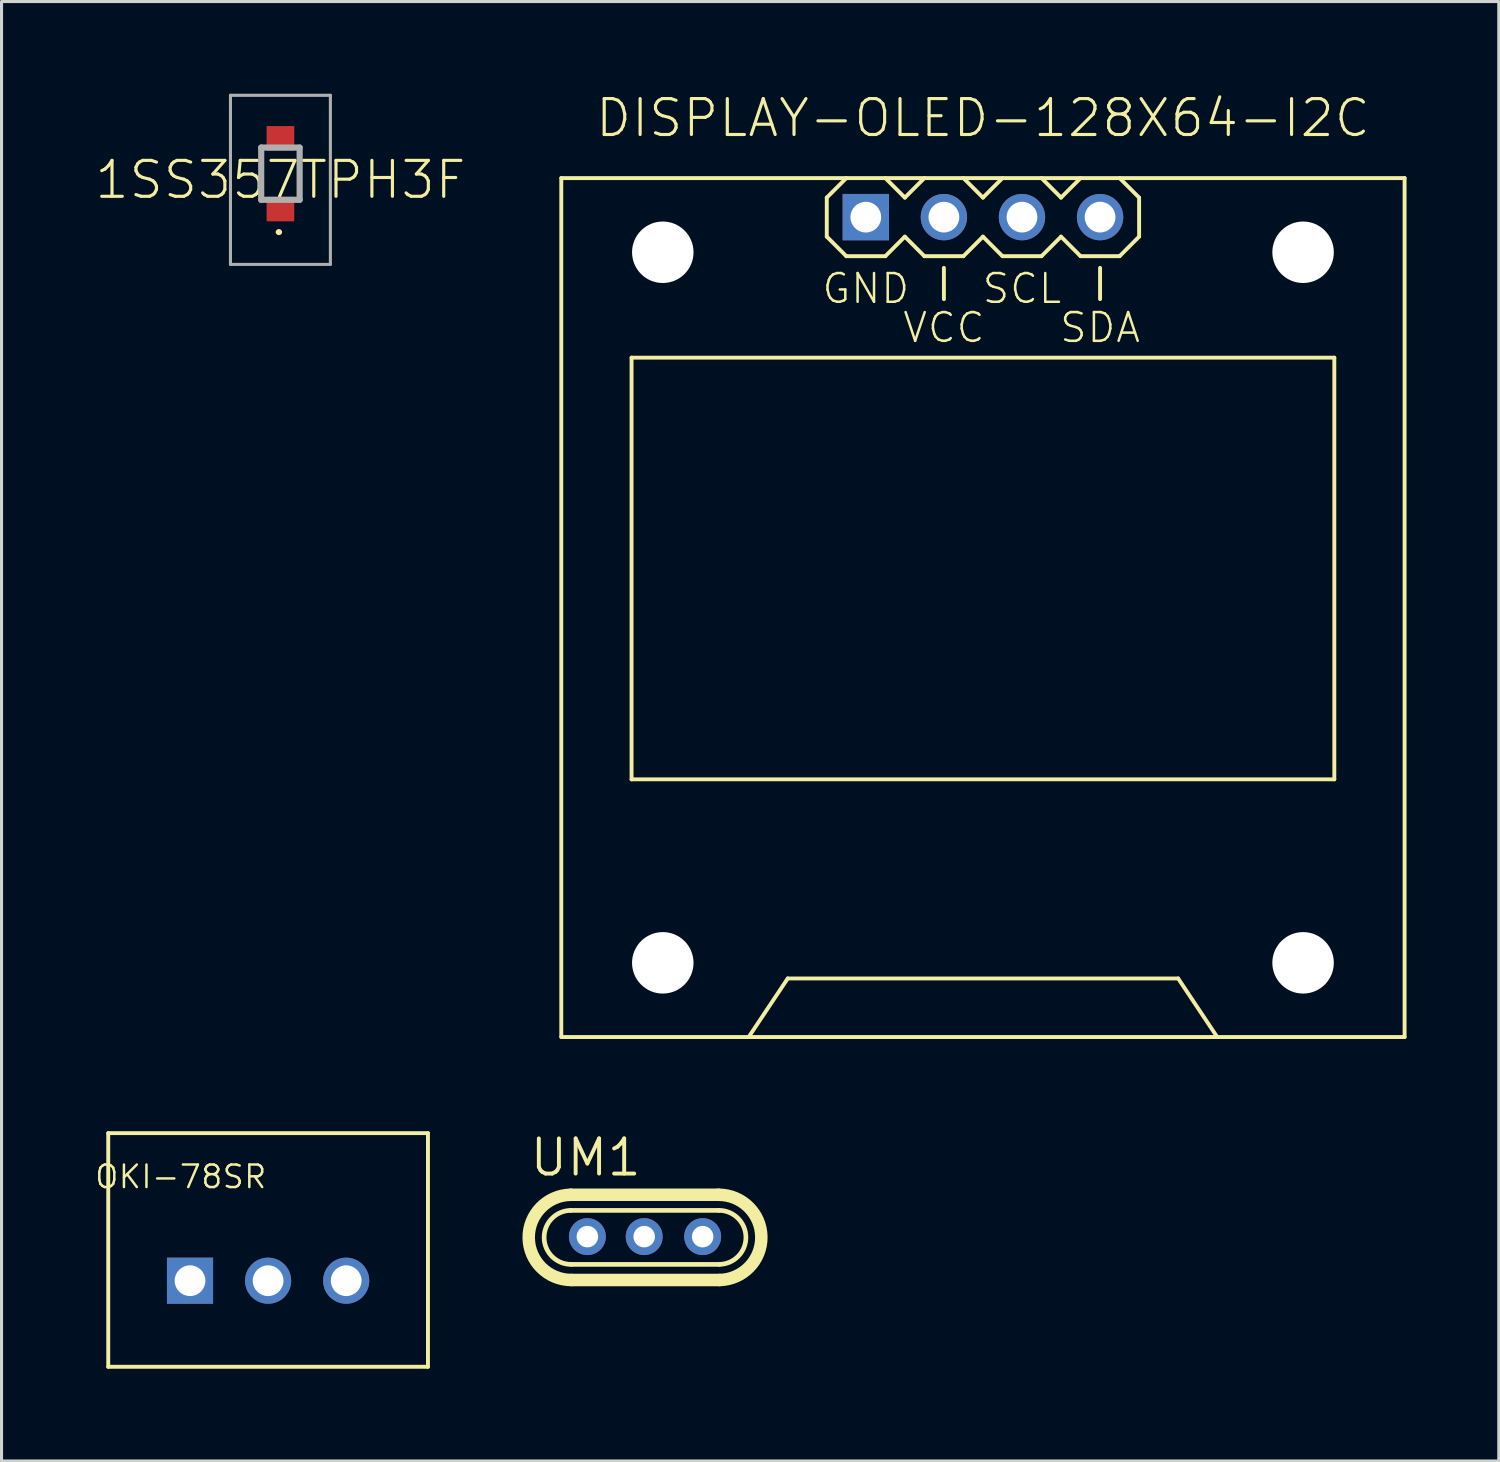
<source format=kicad_pcb>
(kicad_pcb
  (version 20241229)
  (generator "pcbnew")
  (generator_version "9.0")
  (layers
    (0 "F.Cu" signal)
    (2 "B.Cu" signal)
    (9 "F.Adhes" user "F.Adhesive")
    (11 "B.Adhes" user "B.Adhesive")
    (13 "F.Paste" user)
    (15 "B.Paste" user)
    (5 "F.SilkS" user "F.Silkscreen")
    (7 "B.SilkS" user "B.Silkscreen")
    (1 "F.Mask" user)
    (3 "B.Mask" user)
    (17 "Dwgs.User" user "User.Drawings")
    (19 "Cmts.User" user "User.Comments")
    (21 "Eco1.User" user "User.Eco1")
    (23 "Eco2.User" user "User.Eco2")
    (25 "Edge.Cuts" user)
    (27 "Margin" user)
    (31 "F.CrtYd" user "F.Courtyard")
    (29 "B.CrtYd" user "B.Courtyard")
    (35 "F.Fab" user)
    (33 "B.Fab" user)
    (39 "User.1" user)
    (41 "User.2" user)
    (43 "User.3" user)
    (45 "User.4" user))
  (footprint "DISPLAY-OLED-128X64-I2C"
    (layer "F.Cu")
    (at 28.924 16.713)
    (property "Reference" "DISPLAY-OLED-128X64-I2C" (at 0 -15.24 0) (layer "F.SilkS") (effects (font (size 1.168 1.168) (thickness 0.102)) (justify bottom)))
    (fp_line (start -13.716 -13.97) (end 13.716 -13.97) (stroke (width 0.127) (type solid)) (layer "F.SilkS"))
    (fp_line (start -13.716 13.97) (end -13.716 -13.97) (stroke (width 0.127) (type solid)) (layer "F.SilkS"))
    (fp_line (start -11.43 -8.128) (end 11.43 -8.128) (stroke (width 0.127) (type solid)) (layer "F.SilkS"))
    (fp_line (start -11.43 5.588) (end -11.43 -8.128) (stroke (width 0.127) (type solid)) (layer "F.SilkS"))
    (fp_line (start -7.62 13.97) (end -13.716 13.97) (stroke (width 0.127) (type solid)) (layer "F.SilkS"))
    (fp_line (start -7.62 13.97) (end -6.35 12.065) (stroke (width 0.127) (type solid)) (layer "F.SilkS"))
    (fp_line (start -6.35 12.065) (end 6.35 12.065) (stroke (width 0.127) (type solid)) (layer "F.SilkS"))
    (fp_line (start -5.08 -13.335) (end -4.445 -13.97) (stroke (width 0.127) (type solid)) (layer "F.SilkS"))
    (fp_line (start -5.08 -12.065) (end -5.08 -13.335) (stroke (width 0.127) (type solid)) (layer "F.SilkS"))
    (fp_line (start -4.445 -11.43) (end -5.08 -12.065) (stroke (width 0.127) (type solid)) (layer "F.SilkS"))
    (fp_line (start -3.175 -13.97) (end -2.54 -13.335) (stroke (width 0.127) (type solid)) (layer "F.SilkS"))
    (fp_line (start -3.175 -11.43) (end -4.445 -11.43) (stroke (width 0.127) (type solid)) (layer "F.SilkS"))
    (fp_line (start -2.54 -13.335) (end -1.905 -13.97) (stroke (width 0.127) (type solid)) (layer "F.SilkS"))
    (fp_line (start -2.54 -12.065) (end -3.175 -11.43) (stroke (width 0.127) (type solid)) (layer "F.SilkS"))
    (fp_line (start -1.905 -11.43) (end -2.54 -12.065) (stroke (width 0.127) (type solid)) (layer "F.SilkS"))
    (fp_line (start -1.27 -10.033) (end -1.27 -11.049) (stroke (width 0.127) (type solid)) (layer "F.SilkS"))
    (fp_line (start -0.635 -13.97) (end 0 -13.335) (stroke (width 0.127) (type solid)) (layer "F.SilkS"))
    (fp_line (start -0.635 -11.43) (end -1.905 -11.43) (stroke (width 0.127) (type solid)) (layer "F.SilkS"))
    (fp_line (start 0 -13.335) (end 0.635 -13.97) (stroke (width 0.127) (type solid)) (layer "F.SilkS"))
    (fp_line (start 0 -12.065) (end -0.635 -11.43) (stroke (width 0.127) (type solid)) (layer "F.SilkS"))
    (fp_line (start 0.635 -11.43) (end 0 -12.065) (stroke (width 0.127) (type solid)) (layer "F.SilkS"))
    (fp_line (start 1.905 -13.97) (end 2.54 -13.335) (stroke (width 0.127) (type solid)) (layer "F.SilkS"))
    (fp_line (start 1.905 -11.43) (end 0.635 -11.43) (stroke (width 0.127) (type solid)) (layer "F.SilkS"))
    (fp_line (start 2.54 -13.335) (end 3.175 -13.97) (stroke (width 0.127) (type solid)) (layer "F.SilkS"))
    (fp_line (start 2.54 -12.065) (end 1.905 -11.43) (stroke (width 0.127) (type solid)) (layer "F.SilkS"))
    (fp_line (start 3.175 -11.43) (end 2.54 -12.065) (stroke (width 0.127) (type solid)) (layer "F.SilkS"))
    (fp_line (start 3.81 -10.033) (end 3.81 -11.049) (stroke (width 0.127) (type solid)) (layer "F.SilkS"))
    (fp_line (start 4.445 -13.97) (end 5.08 -13.335) (stroke (width 0.127) (type solid)) (layer "F.SilkS"))
    (fp_line (start 4.445 -11.43) (end 3.175 -11.43) (stroke (width 0.127) (type solid)) (layer "F.SilkS"))
    (fp_line (start 5.08 -13.335) (end 5.08 -12.065) (stroke (width 0.127) (type solid)) (layer "F.SilkS"))
    (fp_line (start 5.08 -12.065) (end 4.445 -11.43) (stroke (width 0.127) (type solid)) (layer "F.SilkS"))
    (fp_line (start 6.35 12.065) (end 7.62 13.97) (stroke (width 0.127) (type solid)) (layer "F.SilkS"))
    (fp_line (start 7.62 13.97) (end -7.62 13.97) (stroke (width 0.127) (type solid)) (layer "F.SilkS"))
    (fp_line (start 11.43 -8.128) (end 11.43 5.588) (stroke (width 0.127) (type solid)) (layer "F.SilkS"))
    (fp_line (start 11.43 5.588) (end -11.43 5.588) (stroke (width 0.127) (type solid)) (layer "F.SilkS"))
    (fp_line (start 13.716 -13.97) (end 13.716 13.97) (stroke (width 0.127) (type solid)) (layer "F.SilkS"))
    (fp_line (start 13.716 13.97) (end 7.62 13.97) (stroke (width 0.127) (type solid)) (layer "F.SilkS"))
    (fp_text user "GND" (at -3.81 -10.922 0) (layer "F.SilkS") (effects (font (size 0.935 0.935) (thickness 0.081)) (justify top)))
    (fp_text user "SDA" (at 3.81 -9.652 0) (layer "F.SilkS") (effects (font (size 0.935 0.935) (thickness 0.081)) (justify top)))
    (fp_text user "VCC" (at -1.27 -9.652 0) (layer "F.SilkS") (effects (font (size 0.935 0.935) (thickness 0.081)) (justify top)))
    (fp_text user "SCL" (at 1.27 -10.922 0) (layer "F.SilkS") (effects (font (size 0.935 0.935) (thickness 0.081)) (justify top)))
    (pad "" np_thru_hole circle (at -10.414 -11.557) (size 2 2) (drill 2) (layers "*.Cu" "*.Mask"))
    (pad "" np_thru_hole circle (at -10.414 11.557) (size 2 2) (drill 2) (layers "*.Cu" "*.Mask"))
    (pad "" np_thru_hole circle (at 10.414 -11.557) (size 2 2) (drill 2) (layers "*.Cu" "*.Mask"))
    (pad "" np_thru_hole circle (at 10.414 11.557) (size 2 2) (drill 2) (layers "*.Cu" "*.Mask"))
    (pad "1" thru_hole rect (at -3.81 -12.7) (size 1.508 1.508) (drill 1) (layers "*.Cu" "*.Mask"))
    (pad "2" thru_hole circle (at -1.27 -12.7) (size 1.508 1.508) (drill 1) (layers "*.Cu" "*.Mask"))
    (pad "3" thru_hole circle (at 1.27 -12.7) (size 1.508 1.508) (drill 1) (layers "*.Cu" "*.Mask"))
    (pad "4" thru_hole circle (at 3.81 -12.7) (size 1.508 1.508) (drill 1) (layers "*.Cu" "*.Mask")))
  (footprint "UM1"
    (layer "F.Cu")
    (at 17.932 37.176)
    (property "Reference" "UM1" (at -3.81 -1.905 0) (layer "F.SilkS") (effects (font (size 1.143 1.143) (thickness 0.127)) (justify left bottom)))
    (fp_line (start -2.421 -1.361) (end 2.396 -1.361) (stroke (width 0.406) (type solid)) (layer "F.SilkS"))
    (fp_line (start -2.396 0.903) (end 2.421 0.903) (stroke (width 0.152) (type solid)) (layer "F.SilkS"))
    (fp_line (start -2.396 1.411) (end 2.421 1.411) (stroke (width 0.406) (type solid)) (layer "F.SilkS"))
    (fp_line (start 2.396 -0.853) (end -2.421 -0.853) (stroke (width 0.152) (type solid)) (layer "F.SilkS"))
    (fp_arc (start -2.396 0.903) (mid -3.2865 0.0375) (end -2.421 -0.853) (stroke (width 0.1524) (type solid)) (layer "F.SilkS"))
    (fp_arc (start -2.396 1.411) (mid -3.7945 0.0375) (end -2.421 -1.361) (stroke (width 0.4064) (type solid)) (layer "F.SilkS"))
    (fp_arc (start 2.396 -1.361) (mid 3.7945 0.0125) (end 2.421 1.411) (stroke (width 0.4064) (type solid)) (layer "F.SilkS"))
    (fp_arc (start 2.396 -0.853) (mid 3.2865 0.0125) (end 2.421 0.903) (stroke (width 0.1524) (type solid)) (layer "F.SilkS"))
    (pad "1" thru_hole circle (at -1.875 0) (size 1.2 1.2) (drill 0.7) (layers "*.Cu" "*.Mask"))
    (pad "2" thru_hole circle (at -0.027 0) (size 1.2 1.2) (drill 0.7) (layers "*.Cu" "*.Mask"))
    (pad "3" thru_hole circle (at 1.875 0) (size 1.2 1.2) (drill 0.7) (layers "*.Cu" "*.Mask")))
  (footprint "OKI-78SR"
    (layer "F.Cu")
    (at 5.671 38.61)
    (property "Reference" "OKI-78SR" (at 0 -3.81 0) (layer "F.SilkS") (effects (font (size 0.732 0.732) (thickness 0.081)) (justify right top)))
    (fp_line (start -5.2 -4.8) (end -5.2 2.8) (stroke (width 0.127) (type solid)) (layer "F.SilkS"))
    (fp_line (start -5.2 2.8) (end 5.2 2.8) (stroke (width 0.127) (type solid)) (layer "F.SilkS"))
    (fp_line (start 5.2 -4.8) (end -5.2 -4.8) (stroke (width 0.127) (type solid)) (layer "F.SilkS"))
    (fp_line (start 5.2 2.8) (end 5.2 -4.8) (stroke (width 0.127) (type solid)) (layer "F.SilkS"))
    (pad "1" thru_hole rect (at -2.54 0) (size 1.5 1.5) (drill 1) (layers "*.Cu" "*.Mask"))
    (pad "2" thru_hole circle (at 0 0) (size 1.5 1.5) (drill 1) (layers "*.Cu" "*.Mask"))
    (pad "3" thru_hole circle (at 2.54 0) (size 1.5 1.5) (drill 1) (layers "*.Cu" "*.Mask")))
  (footprint "1SS357TPH3F"
    (layer "F.Cu")
    (at 6.072 2.6)
    (property "Reference" "1SS357TPH3F" (at 0 0.2 0) (layer "F.SilkS") (effects (font (size 1.168 1.168) (thickness 0.102))))
    (fp_line (start -0.625 -0.85) (end -0.625 0.85) (stroke (width 0.1) (type solid)) (layer "F.SilkS"))
    (fp_line (start -0.1 1.9) (end -0.1 1.9) (stroke (width 0.1) (type solid)) (layer "F.SilkS"))
    (fp_line (start 0 1.9) (end 0 1.9) (stroke (width 0.1) (type solid)) (layer "F.SilkS"))
    (fp_line (start 0.625 -0.85) (end 0.625 0.85) (stroke (width 0.1) (type solid)) (layer "F.SilkS"))
    (fp_arc (start -0.1 1.9) (mid -0.05 1.85) (end 0 1.9) (stroke (width 0.1) (type solid)) (layer "F.SilkS"))
    (fp_arc (start 0 1.9) (mid -0.05 1.95) (end -0.1 1.9) (stroke (width 0.1) (type solid)) (layer "F.SilkS"))
    (fp_line (start -1.625 -2.55) (end 1.625 -2.55) (stroke (width 0.1) (type solid)) (layer "F.Fab"))
    (fp_line (start -1.625 2.95) (end -1.625 -2.55) (stroke (width 0.1) (type solid)) (layer "F.Fab"))
    (fp_line (start -0.625 -0.85) (end 0.625 -0.85) (stroke (width 0.2) (type solid)) (layer "F.Fab"))
    (fp_line (start -0.625 0.85) (end -0.625 -0.85) (stroke (width 0.2) (type solid)) (layer "F.Fab"))
    (fp_line (start 0.625 -0.85) (end 0.625 0.85) (stroke (width 0.2) (type solid)) (layer "F.Fab"))
    (fp_line (start 0.625 0.85) (end -0.625 0.85) (stroke (width 0.2) (type solid)) (layer "F.Fab"))
    (fp_line (start 1.625 -2.55) (end 1.625 2.95) (stroke (width 0.1) (type solid)) (layer "F.Fab"))
    (fp_line (start 1.625 2.95) (end -1.625 2.95) (stroke (width 0.1) (type solid)) (layer "F.Fab"))
    (pad "1" smd rect (at 0 1.15) (size 0.9 0.8) (layers "F.Cu" "F.Mask" "F.Paste"))
    (pad "2" smd rect (at 0 -1.15) (size 0.9 0.8) (layers "F.Cu" "F.Mask" "F.Paste")))
  (gr_rect
    (start -3 -3)
    (end 45.704 44.474)
    (stroke (width 0.1) (type default))
    (fill no)
    (layer "Edge.Cuts")))
</source>
